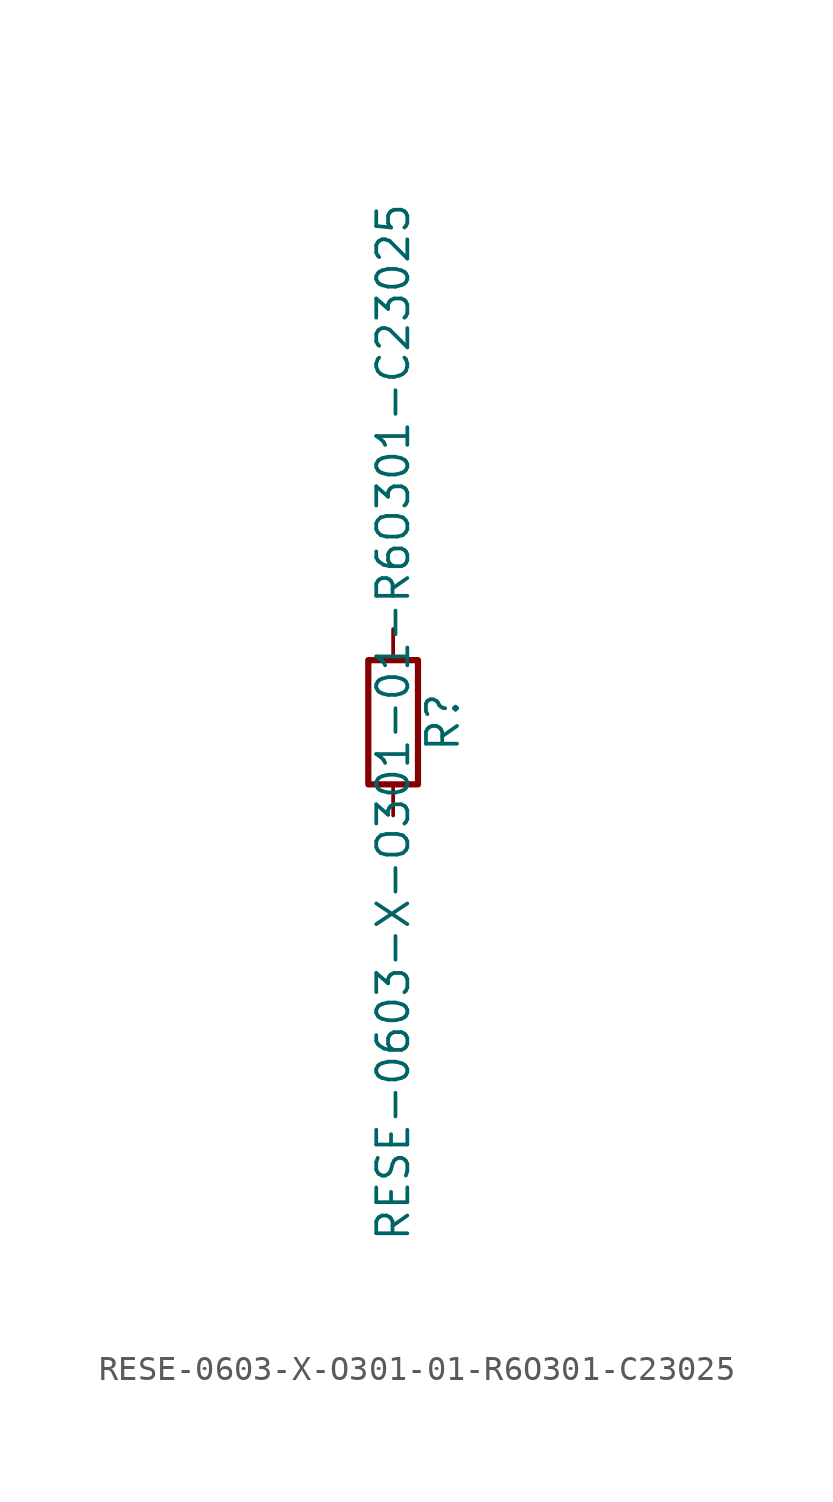
<source format=kicad_sym>
(kicad_symbol_lib
  (version 20211014)
  (generator kicad_symbol_editor)
  (symbol "RESE-0603-X-O301-01-R6O301-C23025"
    (pin_numbers hide)
    (pin_names
      (offset 0))
    (property "Reference" "R"
      (at 2.032 0 90)
      (effects (font (size 1.27 1.27))))
    (property "Value" "RESE-0603-X-O301-01-R6O301-C23025"
      (at 0 0 90)
      (effects (font (size 1.27 1.27))))
    (symbol "RESE-0603-X-O301-01-R6O301-C23025_0_1"
      (rectangle (start -1.016 -2.54) (end 1.016 2.54) (stroke (width 0.254) (type default) (color 0 0 0 0)) (fill (type none))))
    (symbol "RESE-0603-X-O301-01-R6O301-C23025_1_1"
      (pin passive line (at 0 3.81 270) (length 1.27) (name "~" (effects (font (size 1.27 1.27)))) (number "1" (effects (font (size 1.27 1.27)))))
      (pin passive line (at 0 -3.81 90) (length 1.27) (name "~" (effects (font (size 1.27 1.27)))) (number "2" (effects (font (size 1.27 1.27))))))))
</source>
